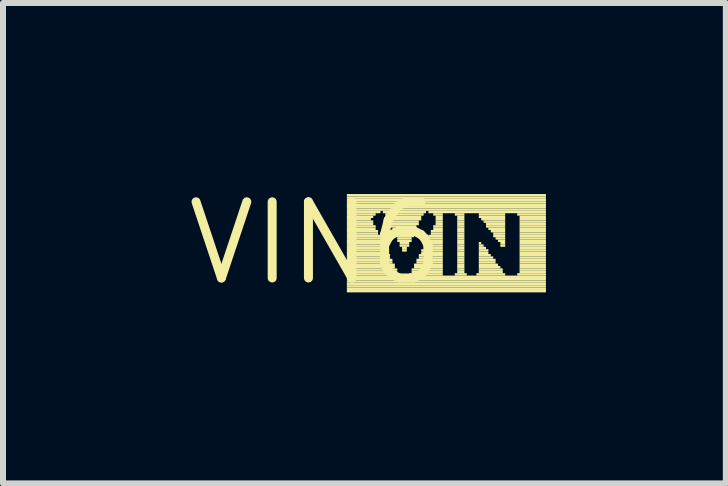
<source format=kicad_pcb>
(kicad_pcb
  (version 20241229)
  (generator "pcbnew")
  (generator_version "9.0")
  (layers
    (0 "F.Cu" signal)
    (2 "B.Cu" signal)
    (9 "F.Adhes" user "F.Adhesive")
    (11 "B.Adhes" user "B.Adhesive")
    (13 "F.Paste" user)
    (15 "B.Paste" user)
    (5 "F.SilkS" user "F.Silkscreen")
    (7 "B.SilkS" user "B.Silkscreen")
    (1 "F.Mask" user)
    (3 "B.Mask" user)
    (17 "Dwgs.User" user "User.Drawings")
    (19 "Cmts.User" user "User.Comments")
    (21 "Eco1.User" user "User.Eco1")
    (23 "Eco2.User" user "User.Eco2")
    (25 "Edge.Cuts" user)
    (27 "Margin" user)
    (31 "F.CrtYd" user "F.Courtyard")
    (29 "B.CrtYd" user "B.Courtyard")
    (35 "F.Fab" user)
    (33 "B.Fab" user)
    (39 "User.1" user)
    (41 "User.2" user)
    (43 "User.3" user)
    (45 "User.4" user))
  (footprint "VIN6"
    (layer "F.Cu")
    (at 2.215 1.006)
    (property "Reference" "VIN6" (at 0 0 0) (layer "F.SilkS") (effects (font (size 1.27 1.27) (thickness 0.15))))
    (attr through_hole)
    (fp_poly (pts (xy 0.52 -0.78) (xy 3.84 -0.78) (xy 3.84 -0.82) (xy 0.52 -0.82)) (stroke (width 0) (type solid)) (fill yes) (layer "F.SilkS"))
    (fp_poly (pts (xy 0.52 -0.74) (xy 3.84 -0.74) (xy 3.84 -0.78) (xy 0.52 -0.78)) (stroke (width 0) (type solid)) (fill yes) (layer "F.SilkS"))
    (fp_poly (pts (xy 0.52 -0.7) (xy 3.84 -0.7) (xy 3.84 -0.74) (xy 0.52 -0.74)) (stroke (width 0) (type solid)) (fill yes) (layer "F.SilkS"))
    (fp_poly (pts (xy 0.52 -0.66) (xy 3.84 -0.66) (xy 3.84 -0.7) (xy 0.52 -0.7)) (stroke (width 0) (type solid)) (fill yes) (layer "F.SilkS"))
    (fp_poly (pts (xy 0.52 -0.62) (xy 3.84 -0.62) (xy 3.84 -0.66) (xy 0.52 -0.66)) (stroke (width 0) (type solid)) (fill yes) (layer "F.SilkS"))
    (fp_poly (pts (xy 0.52 -0.58) (xy 3.84 -0.58) (xy 3.84 -0.62) (xy 0.52 -0.62)) (stroke (width 0) (type solid)) (fill yes) (layer "F.SilkS"))
    (fp_poly (pts (xy 0.52 -0.54) (xy 3.84 -0.54) (xy 3.84 -0.58) (xy 0.52 -0.58)) (stroke (width 0) (type solid)) (fill yes) (layer "F.SilkS"))
    (fp_poly (pts (xy 0.52 -0.5) (xy 1.08 -0.5) (xy 1.08 -0.54) (xy 0.52 -0.54)) (stroke (width 0) (type solid)) (fill yes) (layer "F.SilkS"))
    (fp_poly (pts (xy 0.52 -0.46) (xy 1 -0.46) (xy 1 -0.5) (xy 0.52 -0.5)) (stroke (width 0) (type solid)) (fill yes) (layer "F.SilkS"))
    (fp_poly (pts (xy 0.52 -0.42) (xy 0.96 -0.42) (xy 0.96 -0.46) (xy 0.52 -0.46)) (stroke (width 0) (type solid)) (fill yes) (layer "F.SilkS"))
    (fp_poly (pts (xy 0.52 -0.38) (xy 0.92 -0.38) (xy 0.92 -0.42) (xy 0.52 -0.42)) (stroke (width 0) (type solid)) (fill yes) (layer "F.SilkS"))
    (fp_poly (pts (xy 0.52 -0.34) (xy 0.96 -0.34) (xy 0.96 -0.38) (xy 0.52 -0.38)) (stroke (width 0) (type solid)) (fill yes) (layer "F.SilkS"))
    (fp_poly (pts (xy 0.52 -0.3) (xy 0.96 -0.3) (xy 0.96 -0.34) (xy 0.52 -0.34)) (stroke (width 0) (type solid)) (fill yes) (layer "F.SilkS"))
    (fp_poly (pts (xy 0.52 -0.26) (xy 1 -0.26) (xy 1 -0.3) (xy 0.52 -0.3)) (stroke (width 0) (type solid)) (fill yes) (layer "F.SilkS"))
    (fp_poly (pts (xy 0.52 -0.22) (xy 1 -0.22) (xy 1 -0.26) (xy 0.52 -0.26)) (stroke (width 0) (type solid)) (fill yes) (layer "F.SilkS"))
    (fp_poly (pts (xy 0.52 -0.18) (xy 1.04 -0.18) (xy 1.04 -0.22) (xy 0.52 -0.22)) (stroke (width 0) (type solid)) (fill yes) (layer "F.SilkS"))
    (fp_poly (pts (xy 0.52 -0.14) (xy 1.04 -0.14) (xy 1.04 -0.18) (xy 0.52 -0.18)) (stroke (width 0) (type solid)) (fill yes) (layer "F.SilkS"))
    (fp_poly (pts (xy 0.52 -0.1) (xy 1.08 -0.1) (xy 1.08 -0.14) (xy 0.52 -0.14)) (stroke (width 0) (type solid)) (fill yes) (layer "F.SilkS"))
    (fp_poly (pts (xy 0.52 -0.06) (xy 1.08 -0.06) (xy 1.08 -0.1) (xy 0.52 -0.1)) (stroke (width 0) (type solid)) (fill yes) (layer "F.SilkS"))
    (fp_poly (pts (xy 0.52 -0.02) (xy 1.12 -0.02) (xy 1.12 -0.06) (xy 0.52 -0.06)) (stroke (width 0) (type solid)) (fill yes) (layer "F.SilkS"))
    (fp_poly (pts (xy 0.52 0.02) (xy 1.12 0.02) (xy 1.12 -0.02) (xy 0.52 -0.02)) (stroke (width 0) (type solid)) (fill yes) (layer "F.SilkS"))
    (fp_poly (pts (xy 0.52 0.06) (xy 1.16 0.06) (xy 1.16 0.02) (xy 0.52 0.02)) (stroke (width 0) (type solid)) (fill yes) (layer "F.SilkS"))
    (fp_poly (pts (xy 0.52 0.1) (xy 1.16 0.1) (xy 1.16 0.06) (xy 0.52 0.06)) (stroke (width 0) (type solid)) (fill yes) (layer "F.SilkS"))
    (fp_poly (pts (xy 0.52 0.14) (xy 1.2 0.14) (xy 1.2 0.1) (xy 0.52 0.1)) (stroke (width 0) (type solid)) (fill yes) (layer "F.SilkS"))
    (fp_poly (pts (xy 0.52 0.18) (xy 1.2 0.18) (xy 1.2 0.14) (xy 0.52 0.14)) (stroke (width 0) (type solid)) (fill yes) (layer "F.SilkS"))
    (fp_poly (pts (xy 0.52 0.22) (xy 1.24 0.22) (xy 1.24 0.18) (xy 0.52 0.18)) (stroke (width 0) (type solid)) (fill yes) (layer "F.SilkS"))
    (fp_poly (pts (xy 0.52 0.26) (xy 1.24 0.26) (xy 1.24 0.22) (xy 0.52 0.22)) (stroke (width 0) (type solid)) (fill yes) (layer "F.SilkS"))
    (fp_poly (pts (xy 0.52 0.3) (xy 1.28 0.3) (xy 1.28 0.26) (xy 0.52 0.26)) (stroke (width 0) (type solid)) (fill yes) (layer "F.SilkS"))
    (fp_poly (pts (xy 0.52 0.34) (xy 1.28 0.34) (xy 1.28 0.3) (xy 0.52 0.3)) (stroke (width 0) (type solid)) (fill yes) (layer "F.SilkS"))
    (fp_poly (pts (xy 0.52 0.38) (xy 1.32 0.38) (xy 1.32 0.34) (xy 0.52 0.34)) (stroke (width 0) (type solid)) (fill yes) (layer "F.SilkS"))
    (fp_poly (pts (xy 0.52 0.42) (xy 1.32 0.42) (xy 1.32 0.38) (xy 0.52 0.38)) (stroke (width 0) (type solid)) (fill yes) (layer "F.SilkS"))
    (fp_poly (pts (xy 0.52 0.46) (xy 1.36 0.46) (xy 1.36 0.42) (xy 0.52 0.42)) (stroke (width 0) (type solid)) (fill yes) (layer "F.SilkS"))
    (fp_poly (pts (xy 0.52 0.5) (xy 1.36 0.5) (xy 1.36 0.46) (xy 0.52 0.46)) (stroke (width 0) (type solid)) (fill yes) (layer "F.SilkS"))
    (fp_poly (pts (xy 0.52 0.54) (xy 1.4 0.54) (xy 1.4 0.5) (xy 0.52 0.5)) (stroke (width 0) (type solid)) (fill yes) (layer "F.SilkS"))
    (fp_poly (pts (xy 0.52 0.58) (xy 3.84 0.58) (xy 3.84 0.54) (xy 0.52 0.54)) (stroke (width 0) (type solid)) (fill yes) (layer "F.SilkS"))
    (fp_poly (pts (xy 0.52 0.62) (xy 3.84 0.62) (xy 3.84 0.58) (xy 0.52 0.58)) (stroke (width 0) (type solid)) (fill yes) (layer "F.SilkS"))
    (fp_poly (pts (xy 0.52 0.66) (xy 3.84 0.66) (xy 3.84 0.62) (xy 0.52 0.62)) (stroke (width 0) (type solid)) (fill yes) (layer "F.SilkS"))
    (fp_poly (pts (xy 0.52 0.7) (xy 3.84 0.7) (xy 3.84 0.66) (xy 0.52 0.66)) (stroke (width 0) (type solid)) (fill yes) (layer "F.SilkS"))
    (fp_poly (pts (xy 0.52 0.74) (xy 3.84 0.74) (xy 3.84 0.7) (xy 0.52 0.7)) (stroke (width 0) (type solid)) (fill yes) (layer "F.SilkS"))
    (fp_poly (pts (xy 0.52 0.78) (xy 3.84 0.78) (xy 3.84 0.74) (xy 0.52 0.74)) (stroke (width 0) (type solid)) (fill yes) (layer "F.SilkS"))
    (fp_poly (pts (xy 0.52 0.82) (xy 3.84 0.82) (xy 3.84 0.78) (xy 0.52 0.78)) (stroke (width 0) (type solid)) (fill yes) (layer "F.SilkS"))
    (fp_poly (pts (xy 1.12 -0.5) (xy 1.84 -0.5) (xy 1.84 -0.54) (xy 1.12 -0.54)) (stroke (width 0) (type solid)) (fill yes) (layer "F.SilkS"))
    (fp_poly (pts (xy 1.16 -0.46) (xy 1.8 -0.46) (xy 1.8 -0.5) (xy 1.16 -0.5)) (stroke (width 0) (type solid)) (fill yes) (layer "F.SilkS"))
    (fp_poly (pts (xy 1.2 -0.42) (xy 1.76 -0.42) (xy 1.76 -0.46) (xy 1.2 -0.46)) (stroke (width 0) (type solid)) (fill yes) (layer "F.SilkS"))
    (fp_poly (pts (xy 1.2 -0.38) (xy 1.76 -0.38) (xy 1.76 -0.42) (xy 1.2 -0.42)) (stroke (width 0) (type solid)) (fill yes) (layer "F.SilkS"))
    (fp_poly (pts (xy 1.24 -0.34) (xy 1.72 -0.34) (xy 1.72 -0.38) (xy 1.24 -0.38)) (stroke (width 0) (type solid)) (fill yes) (layer "F.SilkS"))
    (fp_poly (pts (xy 1.24 -0.3) (xy 1.72 -0.3) (xy 1.72 -0.34) (xy 1.24 -0.34)) (stroke (width 0) (type solid)) (fill yes) (layer "F.SilkS"))
    (fp_poly (pts (xy 1.24 -0.26) (xy 1.68 -0.26) (xy 1.68 -0.3) (xy 1.24 -0.3)) (stroke (width 0) (type solid)) (fill yes) (layer "F.SilkS"))
    (fp_poly (pts (xy 1.28 -0.22) (xy 1.68 -0.22) (xy 1.68 -0.26) (xy 1.28 -0.26)) (stroke (width 0) (type solid)) (fill yes) (layer "F.SilkS"))
    (fp_poly (pts (xy 1.28 -0.18) (xy 1.64 -0.18) (xy 1.64 -0.22) (xy 1.28 -0.22)) (stroke (width 0) (type solid)) (fill yes) (layer "F.SilkS"))
    (fp_poly (pts (xy 1.32 -0.14) (xy 1.64 -0.14) (xy 1.64 -0.18) (xy 1.32 -0.18)) (stroke (width 0) (type solid)) (fill yes) (layer "F.SilkS"))
    (fp_poly (pts (xy 1.32 -0.1) (xy 1.64 -0.1) (xy 1.64 -0.14) (xy 1.32 -0.14)) (stroke (width 0) (type solid)) (fill yes) (layer "F.SilkS"))
    (fp_poly (pts (xy 1.36 -0.06) (xy 1.6 -0.06) (xy 1.6 -0.1) (xy 1.36 -0.1)) (stroke (width 0) (type solid)) (fill yes) (layer "F.SilkS"))
    (fp_poly (pts (xy 1.36 -0.02) (xy 1.6 -0.02) (xy 1.6 -0.06) (xy 1.36 -0.06)) (stroke (width 0) (type solid)) (fill yes) (layer "F.SilkS"))
    (fp_poly (pts (xy 1.4 0.02) (xy 1.56 0.02) (xy 1.56 -0.02) (xy 1.4 -0.02)) (stroke (width 0) (type solid)) (fill yes) (layer "F.SilkS"))
    (fp_poly (pts (xy 1.4 0.06) (xy 1.56 0.06) (xy 1.56 0.02) (xy 1.4 0.02)) (stroke (width 0) (type solid)) (fill yes) (layer "F.SilkS"))
    (fp_poly (pts (xy 1.44 0.1) (xy 1.52 0.1) (xy 1.52 0.06) (xy 1.44 0.06)) (stroke (width 0) (type solid)) (fill yes) (layer "F.SilkS"))
    (fp_poly (pts (xy 1.44 0.14) (xy 1.52 0.14) (xy 1.52 0.1) (xy 1.44 0.1)) (stroke (width 0) (type solid)) (fill yes) (layer "F.SilkS"))
    (fp_poly (pts (xy 1.56 0.54) (xy 2.12 0.54) (xy 2.12 0.5) (xy 1.56 0.5)) (stroke (width 0) (type solid)) (fill yes) (layer "F.SilkS"))
    (fp_poly (pts (xy 1.6 0.46) (xy 2.12 0.46) (xy 2.12 0.42) (xy 1.6 0.42)) (stroke (width 0) (type solid)) (fill yes) (layer "F.SilkS"))
    (fp_poly (pts (xy 1.6 0.5) (xy 2.12 0.5) (xy 2.12 0.46) (xy 1.6 0.46)) (stroke (width 0) (type solid)) (fill yes) (layer "F.SilkS"))
    (fp_poly (pts (xy 1.64 0.38) (xy 2.12 0.38) (xy 2.12 0.34) (xy 1.64 0.34)) (stroke (width 0) (type solid)) (fill yes) (layer "F.SilkS"))
    (fp_poly (pts (xy 1.64 0.42) (xy 2.12 0.42) (xy 2.12 0.38) (xy 1.64 0.38)) (stroke (width 0) (type solid)) (fill yes) (layer "F.SilkS"))
    (fp_poly (pts (xy 1.68 0.3) (xy 2.12 0.3) (xy 2.12 0.26) (xy 1.68 0.26)) (stroke (width 0) (type solid)) (fill yes) (layer "F.SilkS"))
    (fp_poly (pts (xy 1.68 0.34) (xy 2.12 0.34) (xy 2.12 0.3) (xy 1.68 0.3)) (stroke (width 0) (type solid)) (fill yes) (layer "F.SilkS"))
    (fp_poly (pts (xy 1.72 0.22) (xy 2.12 0.22) (xy 2.12 0.18) (xy 1.72 0.18)) (stroke (width 0) (type solid)) (fill yes) (layer "F.SilkS"))
    (fp_poly (pts (xy 1.72 0.26) (xy 2.12 0.26) (xy 2.12 0.22) (xy 1.72 0.22)) (stroke (width 0) (type solid)) (fill yes) (layer "F.SilkS"))
    (fp_poly (pts (xy 1.76 0.14) (xy 2.12 0.14) (xy 2.12 0.1) (xy 1.76 0.1)) (stroke (width 0) (type solid)) (fill yes) (layer "F.SilkS"))
    (fp_poly (pts (xy 1.76 0.18) (xy 2.12 0.18) (xy 2.12 0.14) (xy 1.76 0.14)) (stroke (width 0) (type solid)) (fill yes) (layer "F.SilkS"))
    (fp_poly (pts (xy 1.8 0.06) (xy 2.12 0.06) (xy 2.12 0.02) (xy 1.8 0.02)) (stroke (width 0) (type solid)) (fill yes) (layer "F.SilkS"))
    (fp_poly (pts (xy 1.8 0.1) (xy 2.12 0.1) (xy 2.12 0.06) (xy 1.8 0.06)) (stroke (width 0) (type solid)) (fill yes) (layer "F.SilkS"))
    (fp_poly (pts (xy 1.84 -0.02) (xy 2.12 -0.02) (xy 2.12 -0.06) (xy 1.84 -0.06)) (stroke (width 0) (type solid)) (fill yes) (layer "F.SilkS"))
    (fp_poly (pts (xy 1.84 0.02) (xy 2.12 0.02) (xy 2.12 -0.02) (xy 1.84 -0.02)) (stroke (width 0) (type solid)) (fill yes) (layer "F.SilkS"))
    (fp_poly (pts (xy 1.88 -0.5) (xy 3.84 -0.5) (xy 3.84 -0.54) (xy 1.88 -0.54)) (stroke (width 0) (type solid)) (fill yes) (layer "F.SilkS"))
    (fp_poly (pts (xy 1.88 -0.1) (xy 2.12 -0.1) (xy 2.12 -0.14) (xy 1.88 -0.14)) (stroke (width 0) (type solid)) (fill yes) (layer "F.SilkS"))
    (fp_poly (pts (xy 1.88 -0.06) (xy 2.12 -0.06) (xy 2.12 -0.1) (xy 1.88 -0.1)) (stroke (width 0) (type solid)) (fill yes) (layer "F.SilkS"))
    (fp_poly (pts (xy 1.92 -0.18) (xy 2.12 -0.18) (xy 2.12 -0.22) (xy 1.92 -0.22)) (stroke (width 0) (type solid)) (fill yes) (layer "F.SilkS"))
    (fp_poly (pts (xy 1.92 -0.14) (xy 2.12 -0.14) (xy 2.12 -0.18) (xy 1.92 -0.18)) (stroke (width 0) (type solid)) (fill yes) (layer "F.SilkS"))
    (fp_poly (pts (xy 1.96 -0.46) (xy 2.12 -0.46) (xy 2.12 -0.5) (xy 1.96 -0.5)) (stroke (width 0) (type solid)) (fill yes) (layer "F.SilkS"))
    (fp_poly (pts (xy 1.96 -0.26) (xy 2.12 -0.26) (xy 2.12 -0.3) (xy 1.96 -0.3)) (stroke (width 0) (type solid)) (fill yes) (layer "F.SilkS"))
    (fp_poly (pts (xy 1.96 -0.22) (xy 2.12 -0.22) (xy 2.12 -0.26) (xy 1.96 -0.26)) (stroke (width 0) (type solid)) (fill yes) (layer "F.SilkS"))
    (fp_poly (pts (xy 2 -0.42) (xy 2.12 -0.42) (xy 2.12 -0.46) (xy 2 -0.46)) (stroke (width 0) (type solid)) (fill yes) (layer "F.SilkS"))
    (fp_poly (pts (xy 2 -0.38) (xy 2.12 -0.38) (xy 2.12 -0.42) (xy 2 -0.42)) (stroke (width 0) (type solid)) (fill yes) (layer "F.SilkS"))
    (fp_poly (pts (xy 2 -0.34) (xy 2.12 -0.34) (xy 2.12 -0.38) (xy 2 -0.38)) (stroke (width 0) (type solid)) (fill yes) (layer "F.SilkS"))
    (fp_poly (pts (xy 2 -0.3) (xy 2.12 -0.3) (xy 2.12 -0.34) (xy 2 -0.34)) (stroke (width 0) (type solid)) (fill yes) (layer "F.SilkS"))
    (fp_poly (pts (xy 2.32 -0.46) (xy 2.48 -0.46) (xy 2.48 -0.5) (xy 2.32 -0.5)) (stroke (width 0) (type solid)) (fill yes) (layer "F.SilkS"))
    (fp_poly (pts (xy 2.32 0.54) (xy 2.52 0.54) (xy 2.52 0.5) (xy 2.32 0.5)) (stroke (width 0) (type solid)) (fill yes) (layer "F.SilkS"))
    (fp_poly (pts (xy 2.36 -0.42) (xy 2.48 -0.42) (xy 2.48 -0.46) (xy 2.36 -0.46)) (stroke (width 0) (type solid)) (fill yes) (layer "F.SilkS"))
    (fp_poly (pts (xy 2.36 -0.38) (xy 2.48 -0.38) (xy 2.48 -0.42) (xy 2.36 -0.42)) (stroke (width 0) (type solid)) (fill yes) (layer "F.SilkS"))
    (fp_poly (pts (xy 2.36 -0.34) (xy 2.48 -0.34) (xy 2.48 -0.38) (xy 2.36 -0.38)) (stroke (width 0) (type solid)) (fill yes) (layer "F.SilkS"))
    (fp_poly (pts (xy 2.36 -0.3) (xy 2.48 -0.3) (xy 2.48 -0.34) (xy 2.36 -0.34)) (stroke (width 0) (type solid)) (fill yes) (layer "F.SilkS"))
    (fp_poly (pts (xy 2.36 -0.26) (xy 2.48 -0.26) (xy 2.48 -0.3) (xy 2.36 -0.3)) (stroke (width 0) (type solid)) (fill yes) (layer "F.SilkS"))
    (fp_poly (pts (xy 2.36 -0.22) (xy 2.48 -0.22) (xy 2.48 -0.26) (xy 2.36 -0.26)) (stroke (width 0) (type solid)) (fill yes) (layer "F.SilkS"))
    (fp_poly (pts (xy 2.36 -0.18) (xy 2.48 -0.18) (xy 2.48 -0.22) (xy 2.36 -0.22)) (stroke (width 0) (type solid)) (fill yes) (layer "F.SilkS"))
    (fp_poly (pts (xy 2.36 -0.14) (xy 2.48 -0.14) (xy 2.48 -0.18) (xy 2.36 -0.18)) (stroke (width 0) (type solid)) (fill yes) (layer "F.SilkS"))
    (fp_poly (pts (xy 2.36 -0.1) (xy 2.48 -0.1) (xy 2.48 -0.14) (xy 2.36 -0.14)) (stroke (width 0) (type solid)) (fill yes) (layer "F.SilkS"))
    (fp_poly (pts (xy 2.36 -0.06) (xy 2.48 -0.06) (xy 2.48 -0.1) (xy 2.36 -0.1)) (stroke (width 0) (type solid)) (fill yes) (layer "F.SilkS"))
    (fp_poly (pts (xy 2.36 -0.02) (xy 2.48 -0.02) (xy 2.48 -0.06) (xy 2.36 -0.06)) (stroke (width 0) (type solid)) (fill yes) (layer "F.SilkS"))
    (fp_poly (pts (xy 2.36 0.02) (xy 2.48 0.02) (xy 2.48 -0.02) (xy 2.36 -0.02)) (stroke (width 0) (type solid)) (fill yes) (layer "F.SilkS"))
    (fp_poly (pts (xy 2.36 0.06) (xy 2.48 0.06) (xy 2.48 0.02) (xy 2.36 0.02)) (stroke (width 0) (type solid)) (fill yes) (layer "F.SilkS"))
    (fp_poly (pts (xy 2.36 0.1) (xy 2.48 0.1) (xy 2.48 0.06) (xy 2.36 0.06)) (stroke (width 0) (type solid)) (fill yes) (layer "F.SilkS"))
    (fp_poly (pts (xy 2.36 0.14) (xy 2.48 0.14) (xy 2.48 0.1) (xy 2.36 0.1)) (stroke (width 0) (type solid)) (fill yes) (layer "F.SilkS"))
    (fp_poly (pts (xy 2.36 0.18) (xy 2.48 0.18) (xy 2.48 0.14) (xy 2.36 0.14)) (stroke (width 0) (type solid)) (fill yes) (layer "F.SilkS"))
    (fp_poly (pts (xy 2.36 0.22) (xy 2.48 0.22) (xy 2.48 0.18) (xy 2.36 0.18)) (stroke (width 0) (type solid)) (fill yes) (layer "F.SilkS"))
    (fp_poly (pts (xy 2.36 0.26) (xy 2.48 0.26) (xy 2.48 0.22) (xy 2.36 0.22)) (stroke (width 0) (type solid)) (fill yes) (layer "F.SilkS"))
    (fp_poly (pts (xy 2.36 0.3) (xy 2.48 0.3) (xy 2.48 0.26) (xy 2.36 0.26)) (stroke (width 0) (type solid)) (fill yes) (layer "F.SilkS"))
    (fp_poly (pts (xy 2.36 0.34) (xy 2.48 0.34) (xy 2.48 0.3) (xy 2.36 0.3)) (stroke (width 0) (type solid)) (fill yes) (layer "F.SilkS"))
    (fp_poly (pts (xy 2.36 0.38) (xy 2.48 0.38) (xy 2.48 0.34) (xy 2.36 0.34)) (stroke (width 0) (type solid)) (fill yes) (layer "F.SilkS"))
    (fp_poly (pts (xy 2.36 0.42) (xy 2.48 0.42) (xy 2.48 0.38) (xy 2.36 0.38)) (stroke (width 0) (type solid)) (fill yes) (layer "F.SilkS"))
    (fp_poly (pts (xy 2.36 0.46) (xy 2.48 0.46) (xy 2.48 0.42) (xy 2.36 0.42)) (stroke (width 0) (type solid)) (fill yes) (layer "F.SilkS"))
    (fp_poly (pts (xy 2.36 0.5) (xy 2.48 0.5) (xy 2.48 0.46) (xy 2.36 0.46)) (stroke (width 0) (type solid)) (fill yes) (layer "F.SilkS"))
    (fp_poly (pts (xy 2.68 0.54) (xy 3.16 0.54) (xy 3.16 0.5) (xy 2.68 0.5)) (stroke (width 0) (type solid)) (fill yes) (layer "F.SilkS"))
    (fp_poly (pts (xy 2.72 -0.46) (xy 3.16 -0.46) (xy 3.16 -0.5) (xy 2.72 -0.5)) (stroke (width 0) (type solid)) (fill yes) (layer "F.SilkS"))
    (fp_poly (pts (xy 2.72 -0.42) (xy 3.16 -0.42) (xy 3.16 -0.46) (xy 2.72 -0.46)) (stroke (width 0) (type solid)) (fill yes) (layer "F.SilkS"))
    (fp_poly (pts (xy 2.72 0.02) (xy 2.76 0.02) (xy 2.76 -0.02) (xy 2.72 -0.02)) (stroke (width 0) (type solid)) (fill yes) (layer "F.SilkS"))
    (fp_poly (pts (xy 2.72 0.06) (xy 2.8 0.06) (xy 2.8 0.02) (xy 2.72 0.02)) (stroke (width 0) (type solid)) (fill yes) (layer "F.SilkS"))
    (fp_poly (pts (xy 2.72 0.1) (xy 2.84 0.1) (xy 2.84 0.06) (xy 2.72 0.06)) (stroke (width 0) (type solid)) (fill yes) (layer "F.SilkS"))
    (fp_poly (pts (xy 2.72 0.14) (xy 2.88 0.14) (xy 2.88 0.1) (xy 2.72 0.1)) (stroke (width 0) (type solid)) (fill yes) (layer "F.SilkS"))
    (fp_poly (pts (xy 2.72 0.18) (xy 2.88 0.18) (xy 2.88 0.14) (xy 2.72 0.14)) (stroke (width 0) (type solid)) (fill yes) (layer "F.SilkS"))
    (fp_poly (pts (xy 2.72 0.22) (xy 2.92 0.22) (xy 2.92 0.18) (xy 2.72 0.18)) (stroke (width 0) (type solid)) (fill yes) (layer "F.SilkS"))
    (fp_poly (pts (xy 2.72 0.26) (xy 2.96 0.26) (xy 2.96 0.22) (xy 2.72 0.22)) (stroke (width 0) (type solid)) (fill yes) (layer "F.SilkS"))
    (fp_poly (pts (xy 2.72 0.3) (xy 3 0.3) (xy 3 0.26) (xy 2.72 0.26)) (stroke (width 0) (type solid)) (fill yes) (layer "F.SilkS"))
    (fp_poly (pts (xy 2.72 0.34) (xy 3 0.34) (xy 3 0.3) (xy 2.72 0.3)) (stroke (width 0) (type solid)) (fill yes) (layer "F.SilkS"))
    (fp_poly (pts (xy 2.72 0.38) (xy 3.04 0.38) (xy 3.04 0.34) (xy 2.72 0.34)) (stroke (width 0) (type solid)) (fill yes) (layer "F.SilkS"))
    (fp_poly (pts (xy 2.72 0.42) (xy 3.08 0.42) (xy 3.08 0.38) (xy 2.72 0.38)) (stroke (width 0) (type solid)) (fill yes) (layer "F.SilkS"))
    (fp_poly (pts (xy 2.72 0.46) (xy 3.12 0.46) (xy 3.12 0.42) (xy 2.72 0.42)) (stroke (width 0) (type solid)) (fill yes) (layer "F.SilkS"))
    (fp_poly (pts (xy 2.72 0.5) (xy 3.12 0.5) (xy 3.12 0.46) (xy 2.72 0.46)) (stroke (width 0) (type solid)) (fill yes) (layer "F.SilkS"))
    (fp_poly (pts (xy 2.76 -0.38) (xy 3.16 -0.38) (xy 3.16 -0.42) (xy 2.76 -0.42)) (stroke (width 0) (type solid)) (fill yes) (layer "F.SilkS"))
    (fp_poly (pts (xy 2.8 -0.34) (xy 3.16 -0.34) (xy 3.16 -0.38) (xy 2.8 -0.38)) (stroke (width 0) (type solid)) (fill yes) (layer "F.SilkS"))
    (fp_poly (pts (xy 2.84 -0.3) (xy 3.16 -0.3) (xy 3.16 -0.34) (xy 2.84 -0.34)) (stroke (width 0) (type solid)) (fill yes) (layer "F.SilkS"))
    (fp_poly (pts (xy 2.84 -0.26) (xy 3.16 -0.26) (xy 3.16 -0.3) (xy 2.84 -0.3)) (stroke (width 0) (type solid)) (fill yes) (layer "F.SilkS"))
    (fp_poly (pts (xy 2.88 -0.22) (xy 3.16 -0.22) (xy 3.16 -0.26) (xy 2.88 -0.26)) (stroke (width 0) (type solid)) (fill yes) (layer "F.SilkS"))
    (fp_poly (pts (xy 2.92 -0.18) (xy 3.16 -0.18) (xy 3.16 -0.22) (xy 2.92 -0.22)) (stroke (width 0) (type solid)) (fill yes) (layer "F.SilkS"))
    (fp_poly (pts (xy 2.96 -0.14) (xy 3.16 -0.14) (xy 3.16 -0.18) (xy 2.96 -0.18)) (stroke (width 0) (type solid)) (fill yes) (layer "F.SilkS"))
    (fp_poly (pts (xy 2.96 -0.1) (xy 3.16 -0.1) (xy 3.16 -0.14) (xy 2.96 -0.14)) (stroke (width 0) (type solid)) (fill yes) (layer "F.SilkS"))
    (fp_poly (pts (xy 3 -0.06) (xy 3.16 -0.06) (xy 3.16 -0.1) (xy 3 -0.1)) (stroke (width 0) (type solid)) (fill yes) (layer "F.SilkS"))
    (fp_poly (pts (xy 3.04 -0.02) (xy 3.16 -0.02) (xy 3.16 -0.06) (xy 3.04 -0.06)) (stroke (width 0) (type solid)) (fill yes) (layer "F.SilkS"))
    (fp_poly (pts (xy 3.08 0.02) (xy 3.16 0.02) (xy 3.16 -0.02) (xy 3.08 -0.02)) (stroke (width 0) (type solid)) (fill yes) (layer "F.SilkS"))
    (fp_poly (pts (xy 3.08 0.06) (xy 3.16 0.06) (xy 3.16 0.02) (xy 3.08 0.02)) (stroke (width 0) (type solid)) (fill yes) (layer "F.SilkS"))
    (fp_poly (pts (xy 3.36 -0.46) (xy 3.84 -0.46) (xy 3.84 -0.5) (xy 3.36 -0.5)) (stroke (width 0) (type solid)) (fill yes) (layer "F.SilkS"))
    (fp_poly (pts (xy 3.36 0.54) (xy 3.84 0.54) (xy 3.84 0.5) (xy 3.36 0.5)) (stroke (width 0) (type solid)) (fill yes) (layer "F.SilkS"))
    (fp_poly (pts (xy 3.4 -0.42) (xy 3.84 -0.42) (xy 3.84 -0.46) (xy 3.4 -0.46)) (stroke (width 0) (type solid)) (fill yes) (layer "F.SilkS"))
    (fp_poly (pts (xy 3.4 -0.38) (xy 3.84 -0.38) (xy 3.84 -0.42) (xy 3.4 -0.42)) (stroke (width 0) (type solid)) (fill yes) (layer "F.SilkS"))
    (fp_poly (pts (xy 3.4 -0.34) (xy 3.84 -0.34) (xy 3.84 -0.38) (xy 3.4 -0.38)) (stroke (width 0) (type solid)) (fill yes) (layer "F.SilkS"))
    (fp_poly (pts (xy 3.4 -0.3) (xy 3.84 -0.3) (xy 3.84 -0.34) (xy 3.4 -0.34)) (stroke (width 0) (type solid)) (fill yes) (layer "F.SilkS"))
    (fp_poly (pts (xy 3.4 -0.26) (xy 3.84 -0.26) (xy 3.84 -0.3) (xy 3.4 -0.3)) (stroke (width 0) (type solid)) (fill yes) (layer "F.SilkS"))
    (fp_poly (pts (xy 3.4 -0.22) (xy 3.84 -0.22) (xy 3.84 -0.26) (xy 3.4 -0.26)) (stroke (width 0) (type solid)) (fill yes) (layer "F.SilkS"))
    (fp_poly (pts (xy 3.4 -0.18) (xy 3.84 -0.18) (xy 3.84 -0.22) (xy 3.4 -0.22)) (stroke (width 0) (type solid)) (fill yes) (layer "F.SilkS"))
    (fp_poly (pts (xy 3.4 -0.14) (xy 3.84 -0.14) (xy 3.84 -0.18) (xy 3.4 -0.18)) (stroke (width 0) (type solid)) (fill yes) (layer "F.SilkS"))
    (fp_poly (pts (xy 3.4 -0.1) (xy 3.84 -0.1) (xy 3.84 -0.14) (xy 3.4 -0.14)) (stroke (width 0) (type solid)) (fill yes) (layer "F.SilkS"))
    (fp_poly (pts (xy 3.4 -0.06) (xy 3.84 -0.06) (xy 3.84 -0.1) (xy 3.4 -0.1)) (stroke (width 0) (type solid)) (fill yes) (layer "F.SilkS"))
    (fp_poly (pts (xy 3.4 -0.02) (xy 3.84 -0.02) (xy 3.84 -0.06) (xy 3.4 -0.06)) (stroke (width 0) (type solid)) (fill yes) (layer "F.SilkS"))
    (fp_poly (pts (xy 3.4 0.02) (xy 3.84 0.02) (xy 3.84 -0.02) (xy 3.4 -0.02)) (stroke (width 0) (type solid)) (fill yes) (layer "F.SilkS"))
    (fp_poly (pts (xy 3.4 0.06) (xy 3.84 0.06) (xy 3.84 0.02) (xy 3.4 0.02)) (stroke (width 0) (type solid)) (fill yes) (layer "F.SilkS"))
    (fp_poly (pts (xy 3.4 0.1) (xy 3.84 0.1) (xy 3.84 0.06) (xy 3.4 0.06)) (stroke (width 0) (type solid)) (fill yes) (layer "F.SilkS"))
    (fp_poly (pts (xy 3.4 0.14) (xy 3.84 0.14) (xy 3.84 0.1) (xy 3.4 0.1)) (stroke (width 0) (type solid)) (fill yes) (layer "F.SilkS"))
    (fp_poly (pts (xy 3.4 0.18) (xy 3.84 0.18) (xy 3.84 0.14) (xy 3.4 0.14)) (stroke (width 0) (type solid)) (fill yes) (layer "F.SilkS"))
    (fp_poly (pts (xy 3.4 0.22) (xy 3.84 0.22) (xy 3.84 0.18) (xy 3.4 0.18)) (stroke (width 0) (type solid)) (fill yes) (layer "F.SilkS"))
    (fp_poly (pts (xy 3.4 0.26) (xy 3.84 0.26) (xy 3.84 0.22) (xy 3.4 0.22)) (stroke (width 0) (type solid)) (fill yes) (layer "F.SilkS"))
    (fp_poly (pts (xy 3.4 0.3) (xy 3.84 0.3) (xy 3.84 0.26) (xy 3.4 0.26)) (stroke (width 0) (type solid)) (fill yes) (layer "F.SilkS"))
    (fp_poly (pts (xy 3.4 0.34) (xy 3.84 0.34) (xy 3.84 0.3) (xy 3.4 0.3)) (stroke (width 0) (type solid)) (fill yes) (layer "F.SilkS"))
    (fp_poly (pts (xy 3.4 0.38) (xy 3.84 0.38) (xy 3.84 0.34) (xy 3.4 0.34)) (stroke (width 0) (type solid)) (fill yes) (layer "F.SilkS"))
    (fp_poly (pts (xy 3.4 0.42) (xy 3.84 0.42) (xy 3.84 0.38) (xy 3.4 0.38)) (stroke (width 0) (type solid)) (fill yes) (layer "F.SilkS"))
    (fp_poly (pts (xy 3.4 0.46) (xy 3.84 0.46) (xy 3.84 0.42) (xy 3.4 0.42)) (stroke (width 0) (type solid)) (fill yes) (layer "F.SilkS"))
    (fp_poly (pts (xy 3.4 0.5) (xy 3.84 0.5) (xy 3.84 0.46) (xy 3.4 0.46)) (stroke (width 0) (type solid)) (fill yes) (layer "F.SilkS")))
  (gr_rect
    (start -3 -3)
    (end 9.055 5.012)
    (stroke (width 0.1) (type default))
    (fill no)
    (layer "Edge.Cuts")))
</source>
